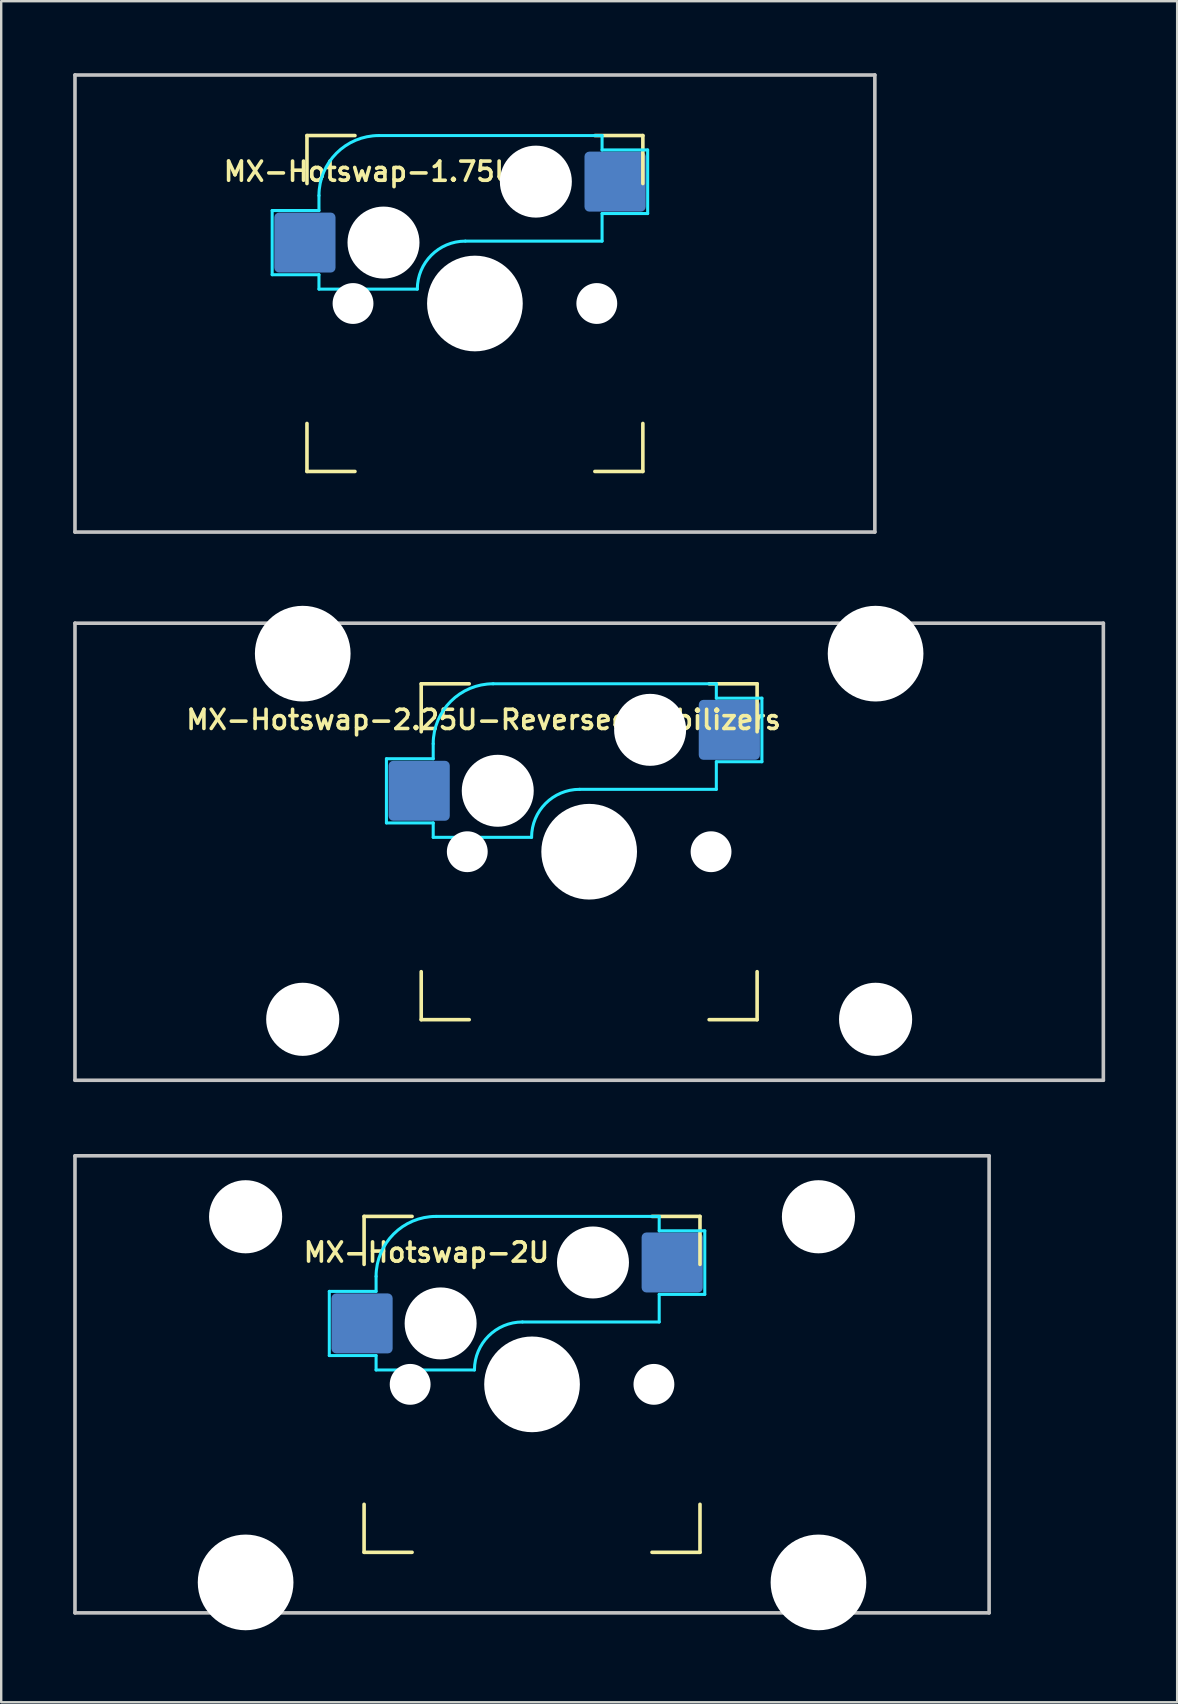
<source format=kicad_pcb>
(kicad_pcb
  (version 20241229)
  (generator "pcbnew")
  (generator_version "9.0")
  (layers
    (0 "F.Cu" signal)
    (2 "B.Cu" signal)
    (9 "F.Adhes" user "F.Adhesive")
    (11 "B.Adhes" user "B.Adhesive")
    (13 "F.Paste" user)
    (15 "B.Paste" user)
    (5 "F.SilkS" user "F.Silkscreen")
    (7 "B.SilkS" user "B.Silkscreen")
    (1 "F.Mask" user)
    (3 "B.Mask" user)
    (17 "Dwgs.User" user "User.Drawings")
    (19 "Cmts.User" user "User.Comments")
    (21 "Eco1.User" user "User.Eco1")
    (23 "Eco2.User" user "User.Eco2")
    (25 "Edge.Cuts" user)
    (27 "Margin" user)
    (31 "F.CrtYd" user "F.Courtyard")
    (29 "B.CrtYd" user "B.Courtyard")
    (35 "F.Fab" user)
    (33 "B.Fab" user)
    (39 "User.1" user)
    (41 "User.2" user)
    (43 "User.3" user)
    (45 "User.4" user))
  (footprint "MX-Hotswap-2.25U-ReversedStabilizers"
    (layer "F.Cu")
    (at 21.506 32.449)
    (property "Reference" "MX-Hotswap-2.25U-ReversedStabilizers" (at -4.4 -5.5 0) (layer "F.SilkS") (effects (font (size 0.8 0.8) (thickness 0.15))))
    (attr smd)
    (fp_line (start -7 -7) (end -7 -5) (stroke (width 0.15) (type solid)) (layer "F.SilkS"))
    (fp_line (start -7 5) (end -7 7) (stroke (width 0.15) (type solid)) (layer "F.SilkS"))
    (fp_line (start -7 7) (end -5 7) (stroke (width 0.15) (type solid)) (layer "F.SilkS"))
    (fp_line (start -5 -7) (end -7 -7) (stroke (width 0.15) (type solid)) (layer "F.SilkS"))
    (fp_line (start 5 -7) (end 7 -7) (stroke (width 0.15) (type solid)) (layer "F.SilkS"))
    (fp_line (start 5 7) (end 7 7) (stroke (width 0.15) (type solid)) (layer "F.SilkS"))
    (fp_line (start 7 -7) (end 7 -5) (stroke (width 0.15) (type solid)) (layer "F.SilkS"))
    (fp_line (start 7 7) (end 7 5) (stroke (width 0.15) (type solid)) (layer "F.SilkS"))
    (fp_line (start -21.431 9.525) (end -21.431 -9.525) (stroke (width 0.15) (type solid)) (layer "Dwgs.User"))
    (fp_line (start 21.431 -9.525) (end -21.431 -9.525) (stroke (width 0.15) (type solid)) (layer "Dwgs.User"))
    (fp_line (start 21.431 9.525) (end -21.431 9.525) (stroke (width 0.15) (type solid)) (layer "Dwgs.User"))
    (fp_line (start 21.431 9.525) (end 21.431 -9.525) (stroke (width 0.15) (type solid)) (layer "Dwgs.User"))
    (fp_line (start -8.45 -3.875) (end -8.45 -1.2) (stroke (width 0.127) (type solid)) (layer "B.CrtYd"))
    (fp_line (start -8.45 -1.2) (end -6.5 -1.2) (stroke (width 0.127) (type solid)) (layer "B.CrtYd"))
    (fp_line (start -6.5 -4.5) (end -6.5 -3.875) (stroke (width 0.127) (type solid)) (layer "B.CrtYd"))
    (fp_line (start -6.5 -3.875) (end -8.45 -3.875) (stroke (width 0.127) (type solid)) (layer "B.CrtYd"))
    (fp_line (start -6.5 -0.6) (end -6.5 -1.2) (stroke (width 0.127) (type solid)) (layer "B.CrtYd"))
    (fp_line (start -6.5 -0.6) (end -2.4 -0.6) (stroke (width 0.127) (type solid)) (layer "B.CrtYd"))
    (fp_line (start -0.4 -2.6) (end 5.3 -2.6) (stroke (width 0.127) (type solid)) (layer "B.CrtYd"))
    (fp_line (start 5.3 -7) (end -4 -7) (stroke (width 0.127) (type solid)) (layer "B.CrtYd"))
    (fp_line (start 5.3 -7) (end 5.3 -6.4) (stroke (width 0.127) (type solid)) (layer "B.CrtYd"))
    (fp_line (start 5.3 -6.4) (end 7.2 -6.4) (stroke (width 0.127) (type solid)) (layer "B.CrtYd"))
    (fp_line (start 5.3 -2.6) (end 5.3 -3.75) (stroke (width 0.127) (type solid)) (layer "B.CrtYd"))
    (fp_line (start 7.2 -6.4) (end 7.2 -3.75) (stroke (width 0.127) (type solid)) (layer "B.CrtYd"))
    (fp_line (start 7.2 -3.75) (end 5.3 -3.75) (stroke (width 0.127) (type solid)) (layer "B.CrtYd"))
    (fp_arc (start -6.5 -4.5) (mid -5.767767 -6.267767) (end -4 -7) (stroke (width 0.127) (type solid)) (layer "B.CrtYd"))
    (fp_arc (start -2.4 -0.6) (mid -1.814214 -2.014214) (end -0.4 -2.6) (stroke (width 0.127) (type solid)) (layer "B.CrtYd"))
    (pad "" np_thru_hole circle (at -11.938 -8.255) (size 3.988 3.988) (drill 3.988) (layers "*.Cu" "*.Mask"))
    (pad "" np_thru_hole circle (at -11.938 6.985) (size 3.048 3.048) (drill 3.048) (layers "*.Cu" "*.Mask"))
    (pad "" np_thru_hole circle (at -5.08 0 48.099) (size 1.702 1.702) (drill 1.702) (layers "*.Cu" "*.Mask"))
    (pad "" np_thru_hole circle (at -3.81 -2.54) (size 3 3) (drill 3) (layers "*.Cu" "*.Mask"))
    (pad "" np_thru_hole circle (at 0 0) (size 3.988 3.988) (drill 3.988) (layers "*.Cu" "*.Mask"))
    (pad "" np_thru_hole circle (at 2.54 -5.08) (size 3 3) (drill 3) (layers "*.Cu" "*.Mask"))
    (pad "" np_thru_hole circle (at 5.08 0 48.099) (size 1.702 1.702) (drill 1.702) (layers "*.Cu" "*.Mask"))
    (pad "" np_thru_hole circle (at 11.938 -8.255) (size 3.988 3.988) (drill 3.988) (layers "*.Cu" "*.Mask"))
    (pad "" np_thru_hole circle (at 11.938 6.985) (size 3.048 3.048) (drill 3.048) (layers "*.Cu" "*.Mask"))
    (pad "1" smd roundrect (at -7.085 -2.54) (size 2.55 2.5) (layers "B.Cu" "B.Mask" "B.Paste") (roundrect_rratio 0.08))
    (pad "2" smd roundrect (at 5.842 -5.08) (size 2.55 2.5) (layers "B.Cu" "B.Mask" "B.Paste") (roundrect_rratio 0.08)))
  (footprint "MX-Hotswap-1.75U"
    (layer "F.Cu")
    (at 16.744 9.6)
    (property "Reference" "MX-Hotswap-1.75U" (at -4.4 -5.5 0) (layer "F.SilkS") (effects (font (size 0.8 0.8) (thickness 0.15))))
    (attr smd)
    (fp_line (start -7 -7) (end -7 -5) (stroke (width 0.15) (type solid)) (layer "F.SilkS"))
    (fp_line (start -7 5) (end -7 7) (stroke (width 0.15) (type solid)) (layer "F.SilkS"))
    (fp_line (start -7 7) (end -5 7) (stroke (width 0.15) (type solid)) (layer "F.SilkS"))
    (fp_line (start -5 -7) (end -7 -7) (stroke (width 0.15) (type solid)) (layer "F.SilkS"))
    (fp_line (start 5 -7) (end 7 -7) (stroke (width 0.15) (type solid)) (layer "F.SilkS"))
    (fp_line (start 5 7) (end 7 7) (stroke (width 0.15) (type solid)) (layer "F.SilkS"))
    (fp_line (start 7 -7) (end 7 -5) (stroke (width 0.15) (type solid)) (layer "F.SilkS"))
    (fp_line (start 7 7) (end 7 5) (stroke (width 0.15) (type solid)) (layer "F.SilkS"))
    (fp_line (start -16.669 9.525) (end -16.669 -9.525) (stroke (width 0.15) (type solid)) (layer "Dwgs.User"))
    (fp_line (start 16.669 -9.525) (end -16.669 -9.525) (stroke (width 0.15) (type solid)) (layer "Dwgs.User"))
    (fp_line (start 16.669 9.525) (end -16.669 9.525) (stroke (width 0.15) (type solid)) (layer "Dwgs.User"))
    (fp_line (start 16.669 9.525) (end 16.669 -9.525) (stroke (width 0.15) (type solid)) (layer "Dwgs.User"))
    (fp_line (start -8.45 -3.875) (end -8.45 -1.2) (stroke (width 0.127) (type solid)) (layer "B.CrtYd"))
    (fp_line (start -8.45 -1.2) (end -6.5 -1.2) (stroke (width 0.127) (type solid)) (layer "B.CrtYd"))
    (fp_line (start -6.5 -4.5) (end -6.5 -3.875) (stroke (width 0.127) (type solid)) (layer "B.CrtYd"))
    (fp_line (start -6.5 -3.875) (end -8.45 -3.875) (stroke (width 0.127) (type solid)) (layer "B.CrtYd"))
    (fp_line (start -6.5 -0.6) (end -6.5 -1.2) (stroke (width 0.127) (type solid)) (layer "B.CrtYd"))
    (fp_line (start -6.5 -0.6) (end -2.4 -0.6) (stroke (width 0.127) (type solid)) (layer "B.CrtYd"))
    (fp_line (start -0.4 -2.6) (end 5.3 -2.6) (stroke (width 0.127) (type solid)) (layer "B.CrtYd"))
    (fp_line (start 5.3 -7) (end -4 -7) (stroke (width 0.127) (type solid)) (layer "B.CrtYd"))
    (fp_line (start 5.3 -7) (end 5.3 -6.4) (stroke (width 0.127) (type solid)) (layer "B.CrtYd"))
    (fp_line (start 5.3 -6.4) (end 7.2 -6.4) (stroke (width 0.127) (type solid)) (layer "B.CrtYd"))
    (fp_line (start 5.3 -2.6) (end 5.3 -3.75) (stroke (width 0.127) (type solid)) (layer "B.CrtYd"))
    (fp_line (start 7.2 -6.4) (end 7.2 -3.75) (stroke (width 0.127) (type solid)) (layer "B.CrtYd"))
    (fp_line (start 7.2 -3.75) (end 5.3 -3.75) (stroke (width 0.127) (type solid)) (layer "B.CrtYd"))
    (fp_arc (start -6.5 -4.5) (mid -5.767767 -6.267767) (end -4 -7) (stroke (width 0.127) (type solid)) (layer "B.CrtYd"))
    (fp_arc (start -2.4 -0.6) (mid -1.814214 -2.014214) (end -0.4 -2.6) (stroke (width 0.127) (type solid)) (layer "B.CrtYd"))
    (pad "" np_thru_hole circle (at -5.08 0 48.099) (size 1.702 1.702) (drill 1.702) (layers "*.Cu" "*.Mask"))
    (pad "" np_thru_hole circle (at -3.81 -2.54) (size 3 3) (drill 3) (layers "*.Cu" "*.Mask"))
    (pad "" np_thru_hole circle (at 0 0) (size 3.988 3.988) (drill 3.988) (layers "*.Cu" "*.Mask"))
    (pad "" np_thru_hole circle (at 2.54 -5.08) (size 3 3) (drill 3) (layers "*.Cu" "*.Mask"))
    (pad "" np_thru_hole circle (at 5.08 0 48.099) (size 1.702 1.702) (drill 1.702) (layers "*.Cu" "*.Mask"))
    (pad "1" smd roundrect (at -7.085 -2.54) (size 2.55 2.5) (layers "B.Cu" "B.Mask" "B.Paste") (roundrect_rratio 0.08))
    (pad "2" smd roundrect (at 5.842 -5.08) (size 2.55 2.5) (layers "B.Cu" "B.Mask" "B.Paste") (roundrect_rratio 0.08)))
  (footprint "MX-Hotswap-2U"
    (layer "F.Cu")
    (at 19.125 54.649)
    (property "Reference" "MX-Hotswap-2U" (at -4.4 -5.5 0) (layer "F.SilkS") (effects (font (size 0.8 0.8) (thickness 0.15))))
    (attr smd)
    (fp_line (start -7 -7) (end -7 -5) (stroke (width 0.15) (type solid)) (layer "F.SilkS"))
    (fp_line (start -7 5) (end -7 7) (stroke (width 0.15) (type solid)) (layer "F.SilkS"))
    (fp_line (start -7 7) (end -5 7) (stroke (width 0.15) (type solid)) (layer "F.SilkS"))
    (fp_line (start -5 -7) (end -7 -7) (stroke (width 0.15) (type solid)) (layer "F.SilkS"))
    (fp_line (start 5 -7) (end 7 -7) (stroke (width 0.15) (type solid)) (layer "F.SilkS"))
    (fp_line (start 5 7) (end 7 7) (stroke (width 0.15) (type solid)) (layer "F.SilkS"))
    (fp_line (start 7 -7) (end 7 -5) (stroke (width 0.15) (type solid)) (layer "F.SilkS"))
    (fp_line (start 7 7) (end 7 5) (stroke (width 0.15) (type solid)) (layer "F.SilkS"))
    (fp_line (start -19.05 9.525) (end -19.05 -9.525) (stroke (width 0.15) (type solid)) (layer "Dwgs.User"))
    (fp_line (start 19.05 -9.525) (end -19.05 -9.525) (stroke (width 0.15) (type solid)) (layer "Dwgs.User"))
    (fp_line (start 19.05 9.525) (end -19.05 9.525) (stroke (width 0.15) (type solid)) (layer "Dwgs.User"))
    (fp_line (start 19.05 9.525) (end 19.05 -9.525) (stroke (width 0.15) (type solid)) (layer "Dwgs.User"))
    (fp_line (start -8.45 -3.875) (end -8.45 -1.2) (stroke (width 0.127) (type solid)) (layer "B.CrtYd"))
    (fp_line (start -8.45 -1.2) (end -6.5 -1.2) (stroke (width 0.127) (type solid)) (layer "B.CrtYd"))
    (fp_line (start -6.5 -4.5) (end -6.5 -3.875) (stroke (width 0.127) (type solid)) (layer "B.CrtYd"))
    (fp_line (start -6.5 -3.875) (end -8.45 -3.875) (stroke (width 0.127) (type solid)) (layer "B.CrtYd"))
    (fp_line (start -6.5 -0.6) (end -6.5 -1.2) (stroke (width 0.127) (type solid)) (layer "B.CrtYd"))
    (fp_line (start -6.5 -0.6) (end -2.4 -0.6) (stroke (width 0.127) (type solid)) (layer "B.CrtYd"))
    (fp_line (start -0.4 -2.6) (end 5.3 -2.6) (stroke (width 0.127) (type solid)) (layer "B.CrtYd"))
    (fp_line (start 5.3 -7) (end -4 -7) (stroke (width 0.127) (type solid)) (layer "B.CrtYd"))
    (fp_line (start 5.3 -7) (end 5.3 -6.4) (stroke (width 0.127) (type solid)) (layer "B.CrtYd"))
    (fp_line (start 5.3 -6.4) (end 7.2 -6.4) (stroke (width 0.127) (type solid)) (layer "B.CrtYd"))
    (fp_line (start 5.3 -2.6) (end 5.3 -3.75) (stroke (width 0.127) (type solid)) (layer "B.CrtYd"))
    (fp_line (start 7.2 -6.4) (end 7.2 -3.75) (stroke (width 0.127) (type solid)) (layer "B.CrtYd"))
    (fp_line (start 7.2 -3.75) (end 5.3 -3.75) (stroke (width 0.127) (type solid)) (layer "B.CrtYd"))
    (fp_arc (start -6.5 -4.5) (mid -5.767767 -6.267767) (end -4 -7) (stroke (width 0.127) (type solid)) (layer "B.CrtYd"))
    (fp_arc (start -2.4 -0.6) (mid -1.814214 -2.014214) (end -0.4 -2.6) (stroke (width 0.127) (type solid)) (layer "B.CrtYd"))
    (pad "" np_thru_hole circle (at -11.938 -6.985) (size 3.048 3.048) (drill 3.048) (layers "*.Cu" "*.Mask"))
    (pad "" np_thru_hole circle (at -11.938 8.255) (size 3.988 3.988) (drill 3.988) (layers "*.Cu" "*.Mask"))
    (pad "" np_thru_hole circle (at -5.08 0 48.099) (size 1.702 1.702) (drill 1.702) (layers "*.Cu" "*.Mask"))
    (pad "" np_thru_hole circle (at -3.81 -2.54) (size 3 3) (drill 3) (layers "*.Cu" "*.Mask"))
    (pad "" np_thru_hole circle (at 0 0) (size 3.988 3.988) (drill 3.988) (layers "*.Cu" "*.Mask"))
    (pad "" np_thru_hole circle (at 2.54 -5.08) (size 3 3) (drill 3) (layers "*.Cu" "*.Mask"))
    (pad "" np_thru_hole circle (at 5.08 0 48.099) (size 1.702 1.702) (drill 1.702) (layers "*.Cu" "*.Mask"))
    (pad "" np_thru_hole circle (at 11.938 -6.985) (size 3.048 3.048) (drill 3.048) (layers "*.Cu" "*.Mask"))
    (pad "" np_thru_hole circle (at 11.938 8.255) (size 3.988 3.988) (drill 3.988) (layers "*.Cu" "*.Mask"))
    (pad "1" smd roundrect (at -7.085 -2.54) (size 2.55 2.5) (layers "B.Cu" "B.Mask" "B.Paste") (roundrect_rratio 0.08))
    (pad "2" smd roundrect (at 5.842 -5.08) (size 2.55 2.5) (layers "B.Cu" "B.Mask" "B.Paste") (roundrect_rratio 0.08)))
  (gr_rect
    (start -3 -3)
    (end 46.013 67.898)
    (stroke (width 0.1) (type default))
    (fill no)
    (layer "Edge.Cuts")))
</source>
